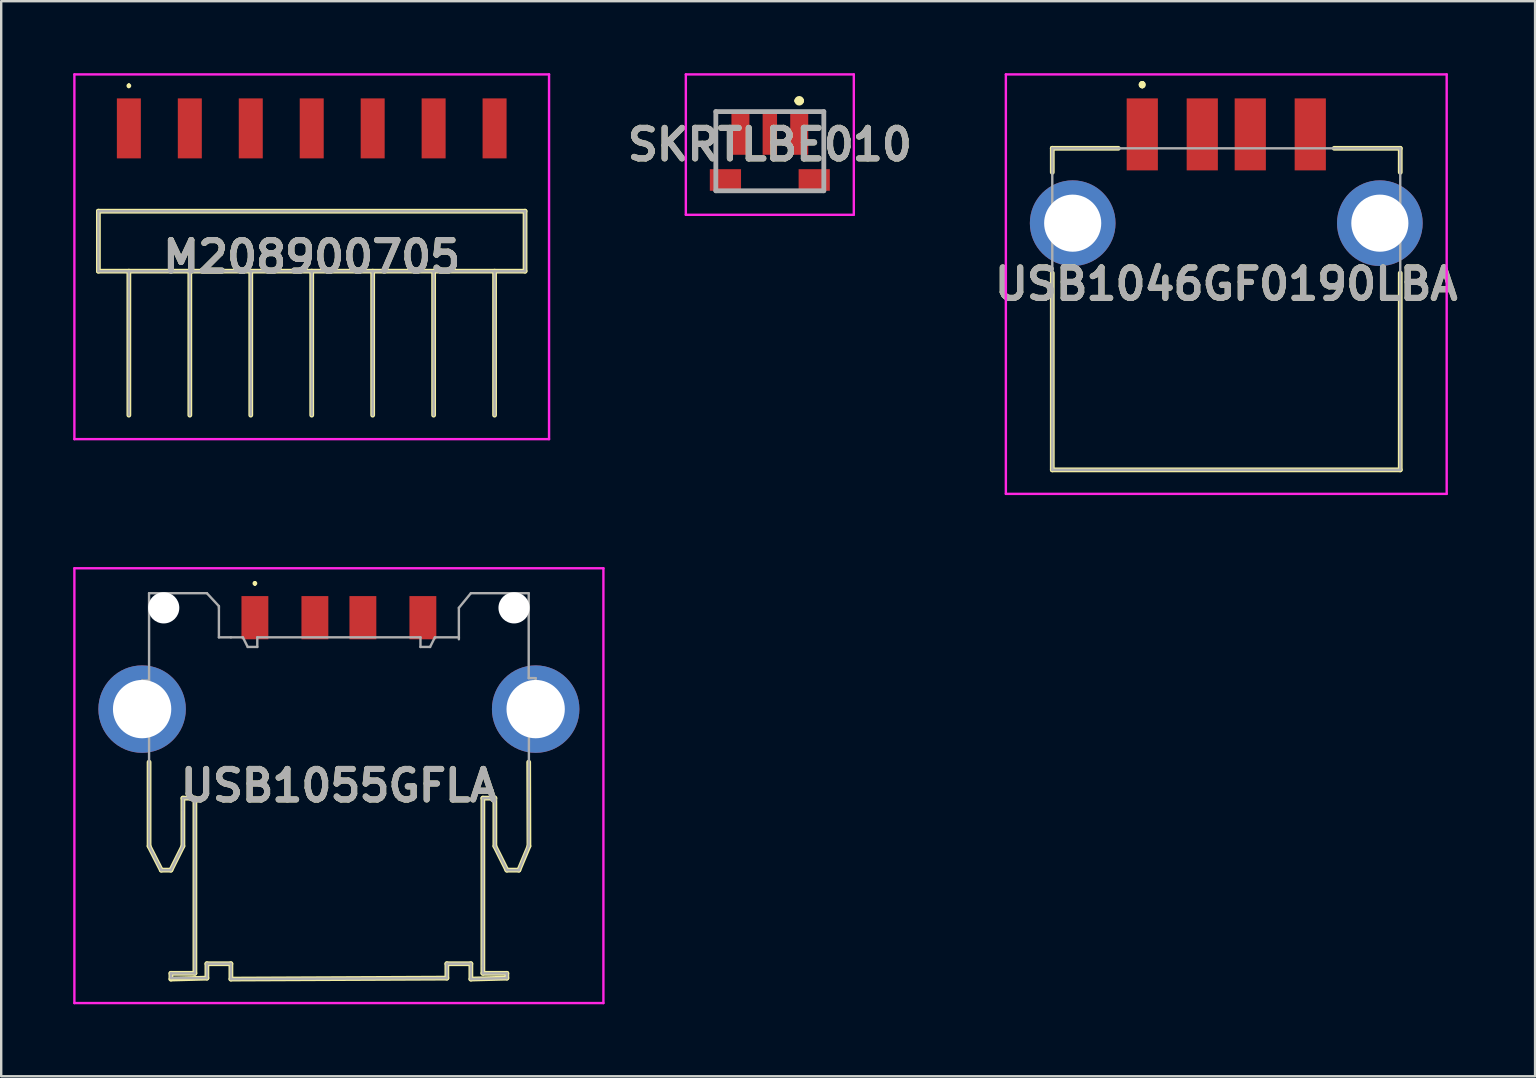
<source format=kicad_pcb>
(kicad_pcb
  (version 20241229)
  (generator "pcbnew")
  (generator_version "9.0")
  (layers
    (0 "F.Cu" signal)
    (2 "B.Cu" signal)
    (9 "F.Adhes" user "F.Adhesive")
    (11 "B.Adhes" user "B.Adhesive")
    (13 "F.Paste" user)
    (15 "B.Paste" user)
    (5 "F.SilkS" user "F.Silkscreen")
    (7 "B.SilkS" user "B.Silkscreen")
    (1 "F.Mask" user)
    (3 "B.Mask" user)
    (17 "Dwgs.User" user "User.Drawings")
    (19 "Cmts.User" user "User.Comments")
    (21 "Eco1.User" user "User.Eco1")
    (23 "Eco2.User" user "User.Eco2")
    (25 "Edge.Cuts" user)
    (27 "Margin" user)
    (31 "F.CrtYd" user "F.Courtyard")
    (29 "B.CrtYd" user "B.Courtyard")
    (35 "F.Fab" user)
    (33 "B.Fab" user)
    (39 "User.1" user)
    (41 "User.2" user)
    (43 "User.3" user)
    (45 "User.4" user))
  (footprint "M208900705"
    (layer "F.Cu")
    (at 9.94 8.275)
    (property "Reference" "M208900705" (at 0 -0.625 0) (layer "F.SilkS") (effects (font (size 1.27 1.27) (thickness 0.254))))
    (attr smd)
    (fp_line (start -8.89 -2.525) (end -8.89 -0.025) (stroke (width 0.2) (type solid)) (layer "F.SilkS"))
    (fp_line (start -8.89 -0.025) (end 8.89 -0.025) (stroke (width 0.2) (type solid)) (layer "F.SilkS"))
    (fp_line (start -7.62 -7.8) (end -7.62 -7.8) (stroke (width 0.1) (type solid)) (layer "F.SilkS"))
    (fp_line (start -7.62 -7.7) (end -7.62 -7.7) (stroke (width 0.1) (type solid)) (layer "F.SilkS"))
    (fp_line (start -7.62 5.975) (end -7.62 -0.025) (stroke (width 0.2) (type solid)) (layer "F.SilkS"))
    (fp_line (start -5.08 5.975) (end -5.08 -0.025) (stroke (width 0.2) (type solid)) (layer "F.SilkS"))
    (fp_line (start -2.54 5.975) (end -2.54 -0.025) (stroke (width 0.2) (type solid)) (layer "F.SilkS"))
    (fp_line (start 0 5.975) (end 0 -0.025) (stroke (width 0.2) (type solid)) (layer "F.SilkS"))
    (fp_line (start 2.54 5.975) (end 2.54 -0.025) (stroke (width 0.2) (type solid)) (layer "F.SilkS"))
    (fp_line (start 5.08 5.975) (end 5.08 -0.025) (stroke (width 0.2) (type solid)) (layer "F.SilkS"))
    (fp_line (start 7.62 5.975) (end 7.62 -0.025) (stroke (width 0.2) (type solid)) (layer "F.SilkS"))
    (fp_line (start 8.89 -2.525) (end -8.89 -2.525) (stroke (width 0.2) (type solid)) (layer "F.SilkS"))
    (fp_line (start 8.89 -0.025) (end 8.89 -2.525) (stroke (width 0.2) (type solid)) (layer "F.SilkS"))
    (fp_arc (start -7.62 -7.8) (mid -7.57 -7.75) (end -7.62 -7.7) (stroke (width 0.1) (type solid)) (layer "F.SilkS"))
    (fp_arc (start -7.62 -7.7) (mid -7.67 -7.75) (end -7.62 -7.8) (stroke (width 0.1) (type solid)) (layer "F.SilkS"))
    (fp_line (start -9.89 -8.225) (end -9.89 6.975) (stroke (width 0.1) (type solid)) (layer "F.CrtYd"))
    (fp_line (start -9.89 6.975) (end 9.89 6.975) (stroke (width 0.1) (type solid)) (layer "F.CrtYd"))
    (fp_line (start 9.89 -8.225) (end -9.89 -8.225) (stroke (width 0.1) (type solid)) (layer "F.CrtYd"))
    (fp_line (start 9.89 6.975) (end 9.89 -8.225) (stroke (width 0.1) (type solid)) (layer "F.CrtYd"))
    (fp_line (start -8.89 -2.525) (end -8.89 -0.025) (stroke (width 0.1) (type solid)) (layer "F.Fab"))
    (fp_line (start -8.89 -0.025) (end 8.89 -0.025) (stroke (width 0.1) (type solid)) (layer "F.Fab"))
    (fp_line (start -7.62 5.975) (end -7.62 -0.025) (stroke (width 0.1) (type solid)) (layer "F.Fab"))
    (fp_line (start -5.08 5.975) (end -5.08 -0.025) (stroke (width 0.1) (type solid)) (layer "F.Fab"))
    (fp_line (start -2.54 5.975) (end -2.54 -0.025) (stroke (width 0.1) (type solid)) (layer "F.Fab"))
    (fp_line (start 0 5.975) (end 0 -0.025) (stroke (width 0.1) (type solid)) (layer "F.Fab"))
    (fp_line (start 2.54 5.975) (end 2.54 -0.025) (stroke (width 0.1) (type solid)) (layer "F.Fab"))
    (fp_line (start 5.08 5.975) (end 5.08 -0.025) (stroke (width 0.1) (type solid)) (layer "F.Fab"))
    (fp_line (start 7.62 5.975) (end 7.62 -0.025) (stroke (width 0.1) (type solid)) (layer "F.Fab"))
    (fp_line (start 8.89 -2.525) (end -8.89 -2.525) (stroke (width 0.1) (type solid)) (layer "F.Fab"))
    (fp_line (start 8.89 -0.025) (end 8.89 -2.525) (stroke (width 0.1) (type solid)) (layer "F.Fab"))
    (fp_text user "${REFERENCE}" (at 0 -0.625 0) (layer "F.Fab") (effects (font (size 1.27 1.27) (thickness 0.254))))
    (pad "1" smd rect (at -7.62 -5.975) (size 1 2.5) (layers "F.Cu" "F.Mask" "F.Paste"))
    (pad "2" smd rect (at -5.08 -5.975) (size 1 2.5) (layers "F.Cu" "F.Mask" "F.Paste"))
    (pad "3" smd rect (at -2.54 -5.975) (size 1 2.5) (layers "F.Cu" "F.Mask" "F.Paste"))
    (pad "4" smd rect (at 0 -5.975) (size 1 2.5) (layers "F.Cu" "F.Mask" "F.Paste"))
    (pad "5" smd rect (at 2.54 -5.975) (size 1 2.5) (layers "F.Cu" "F.Mask" "F.Paste"))
    (pad "6" smd rect (at 5.08 -5.975) (size 1 2.5) (layers "F.Cu" "F.Mask" "F.Paste"))
    (pad "7" smd rect (at 7.62 -5.975) (size 1 2.5) (layers "F.Cu" "F.Mask" "F.Paste")))
  (footprint "USB1046GF0190LBA"
    (layer "F.Cu")
    (at 48.051 9.83)
    (property "Reference" "USB1046GF0190LBA" (at 0 -1.04 0) (layer "F.SilkS") (effects (font (size 1.27 1.27) (thickness 0.254))))
    (attr through_hole)
    (fp_line (start -7.25 -6.7) (end -7.25 -6.7) (stroke (width 0.2) (type solid)) (layer "F.SilkS"))
    (fp_line (start -7.25 -6.7) (end -7.25 -5.7) (stroke (width 0.2) (type solid)) (layer "F.SilkS"))
    (fp_line (start -7.25 -1.5) (end -7.25 6.7) (stroke (width 0.2) (type solid)) (layer "F.SilkS"))
    (fp_line (start -7.25 6.7) (end 7.25 6.7) (stroke (width 0.2) (type solid)) (layer "F.SilkS"))
    (fp_line (start -4.5 -6.7) (end -7.25 -6.7) (stroke (width 0.2) (type solid)) (layer "F.SilkS"))
    (fp_line (start -3.5 -9.4) (end -3.5 -9.4) (stroke (width 0.2) (type solid)) (layer "F.SilkS"))
    (fp_line (start -3.5 -9.4) (end -3.5 -9.4) (stroke (width 0.2) (type solid)) (layer "F.SilkS"))
    (fp_line (start -3.5 -9.3) (end -3.5 -9.3) (stroke (width 0.2) (type solid)) (layer "F.SilkS"))
    (fp_line (start 7.25 -6.7) (end 4.5 -6.7) (stroke (width 0.2) (type solid)) (layer "F.SilkS"))
    (fp_line (start 7.25 -5.7) (end 7.25 -6.7) (stroke (width 0.2) (type solid)) (layer "F.SilkS"))
    (fp_line (start 7.25 6.7) (end 7.25 -1.5) (stroke (width 0.2) (type solid)) (layer "F.SilkS"))
    (fp_arc (start -3.5 -9.4) (mid -3.45 -9.35) (end -3.5 -9.3) (stroke (width 0.2) (type solid)) (layer "F.SilkS"))
    (fp_arc (start -3.5 -9.3) (mid -3.55 -9.35) (end -3.5 -9.4) (stroke (width 0.2) (type solid)) (layer "F.SilkS"))
    (fp_arc (start -3.5 -9.3) (mid -3.55 -9.35) (end -3.5 -9.4) (stroke (width 0.2) (type solid)) (layer "F.SilkS"))
    (fp_line (start -9.185 -9.78) (end 9.185 -9.78) (stroke (width 0.1) (type solid)) (layer "F.CrtYd"))
    (fp_line (start -9.185 7.7) (end -9.185 -9.78) (stroke (width 0.1) (type solid)) (layer "F.CrtYd"))
    (fp_line (start 9.185 -9.78) (end 9.185 7.7) (stroke (width 0.1) (type solid)) (layer "F.CrtYd"))
    (fp_line (start 9.185 7.7) (end -9.185 7.7) (stroke (width 0.1) (type solid)) (layer "F.CrtYd"))
    (fp_line (start -7.25 -6.7) (end -7.25 6.7) (stroke (width 0.1) (type solid)) (layer "F.Fab"))
    (fp_line (start -7.25 6.7) (end 7.25 6.7) (stroke (width 0.1) (type solid)) (layer "F.Fab"))
    (fp_line (start 7.25 -6.7) (end -7.25 -6.7) (stroke (width 0.1) (type solid)) (layer "F.Fab"))
    (fp_line (start 7.25 6.7) (end 7.25 -6.7) (stroke (width 0.1) (type solid)) (layer "F.Fab"))
    (fp_text user "${REFERENCE}" (at 0 -1.04 0) (layer "F.Fab") (effects (font (size 1.27 1.27) (thickness 0.254))))
    (pad "1" smd rect (at -3.5 -7.28) (size 1.3 3) (layers "F.Cu" "F.Mask" "F.Paste"))
    (pad "2" smd rect (at -1 -7.28) (size 1.3 3) (layers "F.Cu" "F.Mask" "F.Paste"))
    (pad "3" smd rect (at 1 -7.28) (size 1.3 3) (layers "F.Cu" "F.Mask" "F.Paste"))
    (pad "4" smd rect (at 3.5 -7.28) (size 1.3 3) (layers "F.Cu" "F.Mask" "F.Paste"))
    (pad "MH1" thru_hole circle (at -6.4 -3.58) (size 3.57 3.57) (drill 2.38) (layers "*.Cu" "*.Mask"))
    (pad "MH2" thru_hole circle (at 6.4 -3.58) (size 3.57 3.57) (drill 2.38) (layers "*.Cu" "*.Mask")))
  (footprint "USB1055GFLA"
    (layer "F.Cu")
    (at 11.072 29.71)
    (property "Reference" "USB1055GFLA" (at 0 -0.02 0) (layer "F.SilkS") (effects (font (size 1.27 1.27) (thickness 0.254))))
    (attr through_hole)
    (fp_line (start -7.91 -1) (end -7.91 2.5) (stroke (width 0.2) (type solid)) (layer "F.SilkS"))
    (fp_line (start -7.91 2.5) (end -7.4 3.5) (stroke (width 0.2) (type solid)) (layer "F.SilkS"))
    (fp_line (start -7.4 3.5) (end -7 3.5) (stroke (width 0.2) (type solid)) (layer "F.SilkS"))
    (fp_line (start -7 3.5) (end -6.5 2.5) (stroke (width 0.2) (type solid)) (layer "F.SilkS"))
    (fp_line (start -7 7.8) (end -7 8.04) (stroke (width 0.2) (type solid)) (layer "F.SilkS"))
    (fp_line (start -7 8.04) (end -5.5 8) (stroke (width 0.2) (type solid)) (layer "F.SilkS"))
    (fp_line (start -6.5 0.5) (end -6 0.5) (stroke (width 0.2) (type solid)) (layer "F.SilkS"))
    (fp_line (start -6.5 2.5) (end -6.5 0.5) (stroke (width 0.2) (type solid)) (layer "F.SilkS"))
    (fp_line (start -6 0.5) (end -6 7.8) (stroke (width 0.2) (type solid)) (layer "F.SilkS"))
    (fp_line (start -6 7.8) (end -7 7.8) (stroke (width 0.2) (type solid)) (layer "F.SilkS"))
    (fp_line (start -5.5 7.4) (end -4.5 7.4) (stroke (width 0.2) (type solid)) (layer "F.SilkS"))
    (fp_line (start -5.5 8) (end -5.5 7.4) (stroke (width 0.2) (type solid)) (layer "F.SilkS"))
    (fp_line (start -4.5 7.4) (end -4.5 8.04) (stroke (width 0.2) (type solid)) (layer "F.SilkS"))
    (fp_line (start -4.5 8.04) (end 4.5 8) (stroke (width 0.2) (type solid)) (layer "F.SilkS"))
    (fp_line (start -3.5 -8.5) (end -3.5 -8.5) (stroke (width 0.1) (type solid)) (layer "F.SilkS"))
    (fp_line (start -3.5 -8.4) (end -3.5 -8.4) (stroke (width 0.1) (type solid)) (layer "F.SilkS"))
    (fp_line (start 4.5 7.4) (end 5.5 7.4) (stroke (width 0.2) (type solid)) (layer "F.SilkS"))
    (fp_line (start 4.5 8) (end 4.5 7.4) (stroke (width 0.2) (type solid)) (layer "F.SilkS"))
    (fp_line (start 5.5 7.4) (end 5.5 8.04) (stroke (width 0.2) (type solid)) (layer "F.SilkS"))
    (fp_line (start 5.5 8.04) (end 7 8) (stroke (width 0.2) (type solid)) (layer "F.SilkS"))
    (fp_line (start 6 0.5) (end 6.5 0.5) (stroke (width 0.2) (type solid)) (layer "F.SilkS"))
    (fp_line (start 6 7.8) (end 6 0.5) (stroke (width 0.2) (type solid)) (layer "F.SilkS"))
    (fp_line (start 6.5 0.5) (end 6.5 2.5) (stroke (width 0.2) (type solid)) (layer "F.SilkS"))
    (fp_line (start 6.5 2.5) (end 7 3.5) (stroke (width 0.2) (type solid)) (layer "F.SilkS"))
    (fp_line (start 7 3.5) (end 7.5 3.5) (stroke (width 0.2) (type solid)) (layer "F.SilkS"))
    (fp_line (start 7 7.8) (end 6 7.8) (stroke (width 0.2) (type solid)) (layer "F.SilkS"))
    (fp_line (start 7 8) (end 7 7.8) (stroke (width 0.2) (type solid)) (layer "F.SilkS"))
    (fp_line (start 7.5 3.5) (end 7.92 2.5) (stroke (width 0.2) (type solid)) (layer "F.SilkS"))
    (fp_line (start 7.92 2.5) (end 7.91 -1) (stroke (width 0.2) (type solid)) (layer "F.SilkS"))
    (fp_arc (start -3.5 -8.5) (mid -3.45 -8.45) (end -3.5 -8.4) (stroke (width 0.1) (type solid)) (layer "F.SilkS"))
    (fp_arc (start -3.5 -8.4) (mid -3.55 -8.45) (end -3.5 -8.5) (stroke (width 0.1) (type solid)) (layer "F.SilkS"))
    (fp_line (start -11.022 -9.08) (end 11.023 -9.08) (stroke (width 0.1) (type solid)) (layer "F.CrtYd"))
    (fp_line (start -11.022 9.04) (end -11.022 -9.08) (stroke (width 0.1) (type solid)) (layer "F.CrtYd"))
    (fp_line (start 11.023 -9.08) (end 11.023 9.04) (stroke (width 0.1) (type solid)) (layer "F.CrtYd"))
    (fp_line (start 11.023 9.04) (end -11.022 9.04) (stroke (width 0.1) (type solid)) (layer "F.CrtYd"))
    (fp_line (start -8.2 -4.4) (end -8.2 -2.6) (stroke (width 0.1) (type solid)) (layer "F.Fab"))
    (fp_line (start -8.2 -2.6) (end -7.91 -2.6) (stroke (width 0.1) (type solid)) (layer "F.Fab"))
    (fp_line (start -7.91 -8.04) (end -7.91 -4.4) (stroke (width 0.1) (type solid)) (layer "F.Fab"))
    (fp_line (start -7.91 -4.4) (end -8.2 -4.4) (stroke (width 0.1) (type solid)) (layer "F.Fab"))
    (fp_line (start -7.91 -2.6) (end -7.91 2.5) (stroke (width 0.1) (type solid)) (layer "F.Fab"))
    (fp_line (start -7.91 2.5) (end -7.4 3.5) (stroke (width 0.1) (type solid)) (layer "F.Fab"))
    (fp_line (start -7.4 3.5) (end -7 3.5) (stroke (width 0.1) (type solid)) (layer "F.Fab"))
    (fp_line (start -7 3.5) (end -6.5 2.5) (stroke (width 0.1) (type solid)) (layer "F.Fab"))
    (fp_line (start -7 7.8) (end -7 8) (stroke (width 0.1) (type solid)) (layer "F.Fab"))
    (fp_line (start -7 8) (end -5.5 8) (stroke (width 0.1) (type solid)) (layer "F.Fab"))
    (fp_line (start -6.5 0.5) (end -6 0.5) (stroke (width 0.1) (type solid)) (layer "F.Fab"))
    (fp_line (start -6.5 1) (end -6.5 0.5) (stroke (width 0.1) (type solid)) (layer "F.Fab"))
    (fp_line (start -6.5 2.5) (end -6.5 1) (stroke (width 0.1) (type solid)) (layer "F.Fab"))
    (fp_line (start -6 0.5) (end -6 7.8) (stroke (width 0.1) (type solid)) (layer "F.Fab"))
    (fp_line (start -6 7.8) (end -7 7.8) (stroke (width 0.1) (type solid)) (layer "F.Fab"))
    (fp_line (start -5.5 -8.04) (end -7.91 -8.04) (stroke (width 0.1) (type solid)) (layer "F.Fab"))
    (fp_line (start -5.5 7.4) (end -4.5 7.4) (stroke (width 0.1) (type solid)) (layer "F.Fab"))
    (fp_line (start -5.5 8) (end -5.5 7.4) (stroke (width 0.1) (type solid)) (layer "F.Fab"))
    (fp_line (start -5 -7.5) (end -5.5 -8.04) (stroke (width 0.1) (type solid)) (layer "F.Fab"))
    (fp_line (start -5 -7.43) (end -5 -7.5) (stroke (width 0.1) (type solid)) (layer "F.Fab"))
    (fp_line (start -5 -6.2) (end -5 -7.43) (stroke (width 0.1) (type solid)) (layer "F.Fab"))
    (fp_line (start -4.5 -6.2) (end -5 -6.2) (stroke (width 0.1) (type solid)) (layer "F.Fab"))
    (fp_line (start -4.5 7.4) (end -4.5 8.04) (stroke (width 0.1) (type solid)) (layer "F.Fab"))
    (fp_line (start -4.5 8.04) (end 4.5 8) (stroke (width 0.1) (type solid)) (layer "F.Fab"))
    (fp_line (start -4 -6.2) (end -4.5 -6.2) (stroke (width 0.1) (type solid)) (layer "F.Fab"))
    (fp_line (start -3.8 -5.8) (end -4 -6.2) (stroke (width 0.1) (type solid)) (layer "F.Fab"))
    (fp_line (start -3.4 -6.2) (end -3.4 -5.8) (stroke (width 0.1) (type solid)) (layer "F.Fab"))
    (fp_line (start -3.4 -5.8) (end -3.8 -5.8) (stroke (width 0.1) (type solid)) (layer "F.Fab"))
    (fp_line (start 3.4 -6.2) (end -3.4 -6.2) (stroke (width 0.1) (type solid)) (layer "F.Fab"))
    (fp_line (start 3.4 -5.8) (end 3.4 -6.2) (stroke (width 0.1) (type solid)) (layer "F.Fab"))
    (fp_line (start 3.8 -5.8) (end 3.4 -5.8) (stroke (width 0.1) (type solid)) (layer "F.Fab"))
    (fp_line (start 4 -6.2) (end 3.8 -5.8) (stroke (width 0.1) (type solid)) (layer "F.Fab"))
    (fp_line (start 4.5 7.4) (end 4.5 8) (stroke (width 0.1) (type solid)) (layer "F.Fab"))
    (fp_line (start 5 -7.43) (end 5.5 -8.04) (stroke (width 0.1) (type solid)) (layer "F.Fab"))
    (fp_line (start 5 -6.2) (end 4 -6.2) (stroke (width 0.1) (type solid)) (layer "F.Fab"))
    (fp_line (start 5 -6.12) (end 5 -7.43) (stroke (width 0.1) (type solid)) (layer "F.Fab"))
    (fp_line (start 5.5 -8.04) (end 7.91 -8.04) (stroke (width 0.1) (type solid)) (layer "F.Fab"))
    (fp_line (start 5.5 7.4) (end 4.5 7.4) (stroke (width 0.1) (type solid)) (layer "F.Fab"))
    (fp_line (start 5.5 8.04) (end 5.5 7.4) (stroke (width 0.1) (type solid)) (layer "F.Fab"))
    (fp_line (start 6 0.5) (end 6 7.5) (stroke (width 0.1) (type solid)) (layer "F.Fab"))
    (fp_line (start 6 7.5) (end 6 7.8) (stroke (width 0.1) (type solid)) (layer "F.Fab"))
    (fp_line (start 6 7.8) (end 7 7.8) (stroke (width 0.1) (type solid)) (layer "F.Fab"))
    (fp_line (start 6.5 0.5) (end 6 0.5) (stroke (width 0.1) (type solid)) (layer "F.Fab"))
    (fp_line (start 6.5 2.5) (end 6.5 0.5) (stroke (width 0.1) (type solid)) (layer "F.Fab"))
    (fp_line (start 7 3.5) (end 6.5 2.5) (stroke (width 0.1) (type solid)) (layer "F.Fab"))
    (fp_line (start 7 7.8) (end 7 8) (stroke (width 0.1) (type solid)) (layer "F.Fab"))
    (fp_line (start 7 8) (end 5.5 8.04) (stroke (width 0.1) (type solid)) (layer "F.Fab"))
    (fp_line (start 7.5 3.5) (end 7 3.5) (stroke (width 0.1) (type solid)) (layer "F.Fab"))
    (fp_line (start 7.91 -8.04) (end 7.91 -4.5) (stroke (width 0.1) (type solid)) (layer "F.Fab"))
    (fp_line (start 7.91 -4.5) (end 8.2 -4.5) (stroke (width 0.1) (type solid)) (layer "F.Fab"))
    (fp_line (start 7.91 2.5) (end 7.5 3.5) (stroke (width 0.1) (type solid)) (layer "F.Fab"))
    (fp_line (start 7.92 -2.5) (end 7.91 2.5) (stroke (width 0.1) (type solid)) (layer "F.Fab"))
    (fp_line (start 8.2 -4.5) (end 8.2 -2.5) (stroke (width 0.1) (type solid)) (layer "F.Fab"))
    (fp_line (start 8.2 -2.5) (end 7.92 -2.5) (stroke (width 0.1) (type solid)) (layer "F.Fab"))
    (fp_text user "${REFERENCE}" (at 0 -0.02 0) (layer "F.Fab") (effects (font (size 1.27 1.27) (thickness 0.254))))
    (pad "" np_thru_hole circle (at -7.3 -7.43) (size 1.3 1.3) (drill 1.3) (layers "*.Cu" "*.Mask"))
    (pad "" np_thru_hole circle (at 7.3 -7.43) (size 1.3 1.3) (drill 1.3) (layers "*.Cu" "*.Mask"))
    (pad "1" smd rect (at -3.5 -7.02) (size 1.12 1.8) (layers "F.Cu" "F.Mask" "F.Paste"))
    (pad "2" smd rect (at -1 -7.02) (size 1.12 1.8) (layers "F.Cu" "F.Mask" "F.Paste"))
    (pad "3" smd rect (at 1 -7.02) (size 1.12 1.8) (layers "F.Cu" "F.Mask" "F.Paste"))
    (pad "4" smd rect (at 3.5 -7.02) (size 1.12 1.8) (layers "F.Cu" "F.Mask" "F.Paste"))
    (pad "MH1" thru_hole circle (at -8.2 -3.21) (size 3.645 3.645) (drill 2.43) (layers "*.Cu" "*.Mask"))
    (pad "MH2" thru_hole circle (at 8.2 -3.21) (size 3.645 3.645) (drill 2.43) (layers "*.Cu" "*.Mask")))
  (footprint "SKRTLBE010"
    (layer "F.Cu")
    (at 29.03 3.25)
    (property "Reference" "SKRTLBE010" (at 0 -0.275 0) (layer "F.SilkS") (effects (font (size 1.27 1.27) (thickness 0.254))))
    (attr smd)
    (fp_line (start -2.25 -1.65) (end -2.25 0.5) (stroke (width 0.1) (type solid)) (layer "F.SilkS"))
    (fp_line (start -2 -1.65) (end -2.25 -1.65) (stroke (width 0.1) (type solid)) (layer "F.SilkS"))
    (fp_line (start -1 1.65) (end 1 1.65) (stroke (width 0.1) (type solid)) (layer "F.SilkS"))
    (fp_line (start 1.125 -2.1) (end 1.125 -2.1) (stroke (width 0.2) (type solid)) (layer "F.SilkS"))
    (fp_line (start 1.325 -2.1) (end 1.325 -2.1) (stroke (width 0.2) (type solid)) (layer "F.SilkS"))
    (fp_line (start 2 -1.65) (end 2.25 -1.65) (stroke (width 0.1) (type solid)) (layer "F.SilkS"))
    (fp_line (start 2.25 -1.65) (end 2.25 0.5) (stroke (width 0.1) (type solid)) (layer "F.SilkS"))
    (fp_arc (start 1.125 -2.1) (mid 1.225 -2.2) (end 1.325 -2.1) (stroke (width 0.2) (type solid)) (layer "F.SilkS"))
    (fp_arc (start 1.325 -2.1) (mid 1.225 -2) (end 1.125 -2.1) (stroke (width 0.2) (type solid)) (layer "F.SilkS"))
    (fp_line (start -3.5 -3.2) (end 3.5 -3.2) (stroke (width 0.1) (type solid)) (layer "F.CrtYd"))
    (fp_line (start -3.5 2.65) (end -3.5 -3.2) (stroke (width 0.1) (type solid)) (layer "F.CrtYd"))
    (fp_line (start 3.5 -3.2) (end 3.5 2.65) (stroke (width 0.1) (type solid)) (layer "F.CrtYd"))
    (fp_line (start 3.5 2.65) (end -3.5 2.65) (stroke (width 0.1) (type solid)) (layer "F.CrtYd"))
    (fp_line (start -2.25 -1.65) (end 2.25 -1.65) (stroke (width 0.2) (type solid)) (layer "F.Fab"))
    (fp_line (start -2.25 1.65) (end -2.25 -1.65) (stroke (width 0.2) (type solid)) (layer "F.Fab"))
    (fp_line (start 2.25 -1.65) (end 2.25 1.65) (stroke (width 0.2) (type solid)) (layer "F.Fab"))
    (fp_line (start 2.25 1.65) (end -2.25 1.65) (stroke (width 0.2) (type solid)) (layer "F.Fab"))
    (fp_text user "${REFERENCE}" (at 0 -0.275 0) (layer "F.Fab") (effects (font (size 1.27 1.27) (thickness 0.254))))
    (pad "1" smd rect (at 1.225 -0.75) (size 0.75 1.8) (layers "F.Cu" "F.Mask" "F.Paste"))
    (pad "2" smd rect (at 0 -0.75) (size 0.6 1.8) (layers "F.Cu" "F.Mask" "F.Paste"))
    (pad "3" smd rect (at -1.225 -0.75) (size 0.75 1.8) (layers "F.Cu" "F.Mask" "F.Paste"))
    (pad "4" smd rect (at -1.85 1.2 90) (size 0.9 1.3) (layers "F.Cu" "F.Mask" "F.Paste"))
    (pad "5" smd rect (at 1.85 1.2 90) (size 0.9 1.3) (layers "F.Cu" "F.Mask" "F.Paste")))
  (gr_rect
    (start -3 -3)
    (end 60.92 41.8)
    (stroke (width 0.1) (type default))
    (fill no)
    (layer "Edge.Cuts")))
</source>
